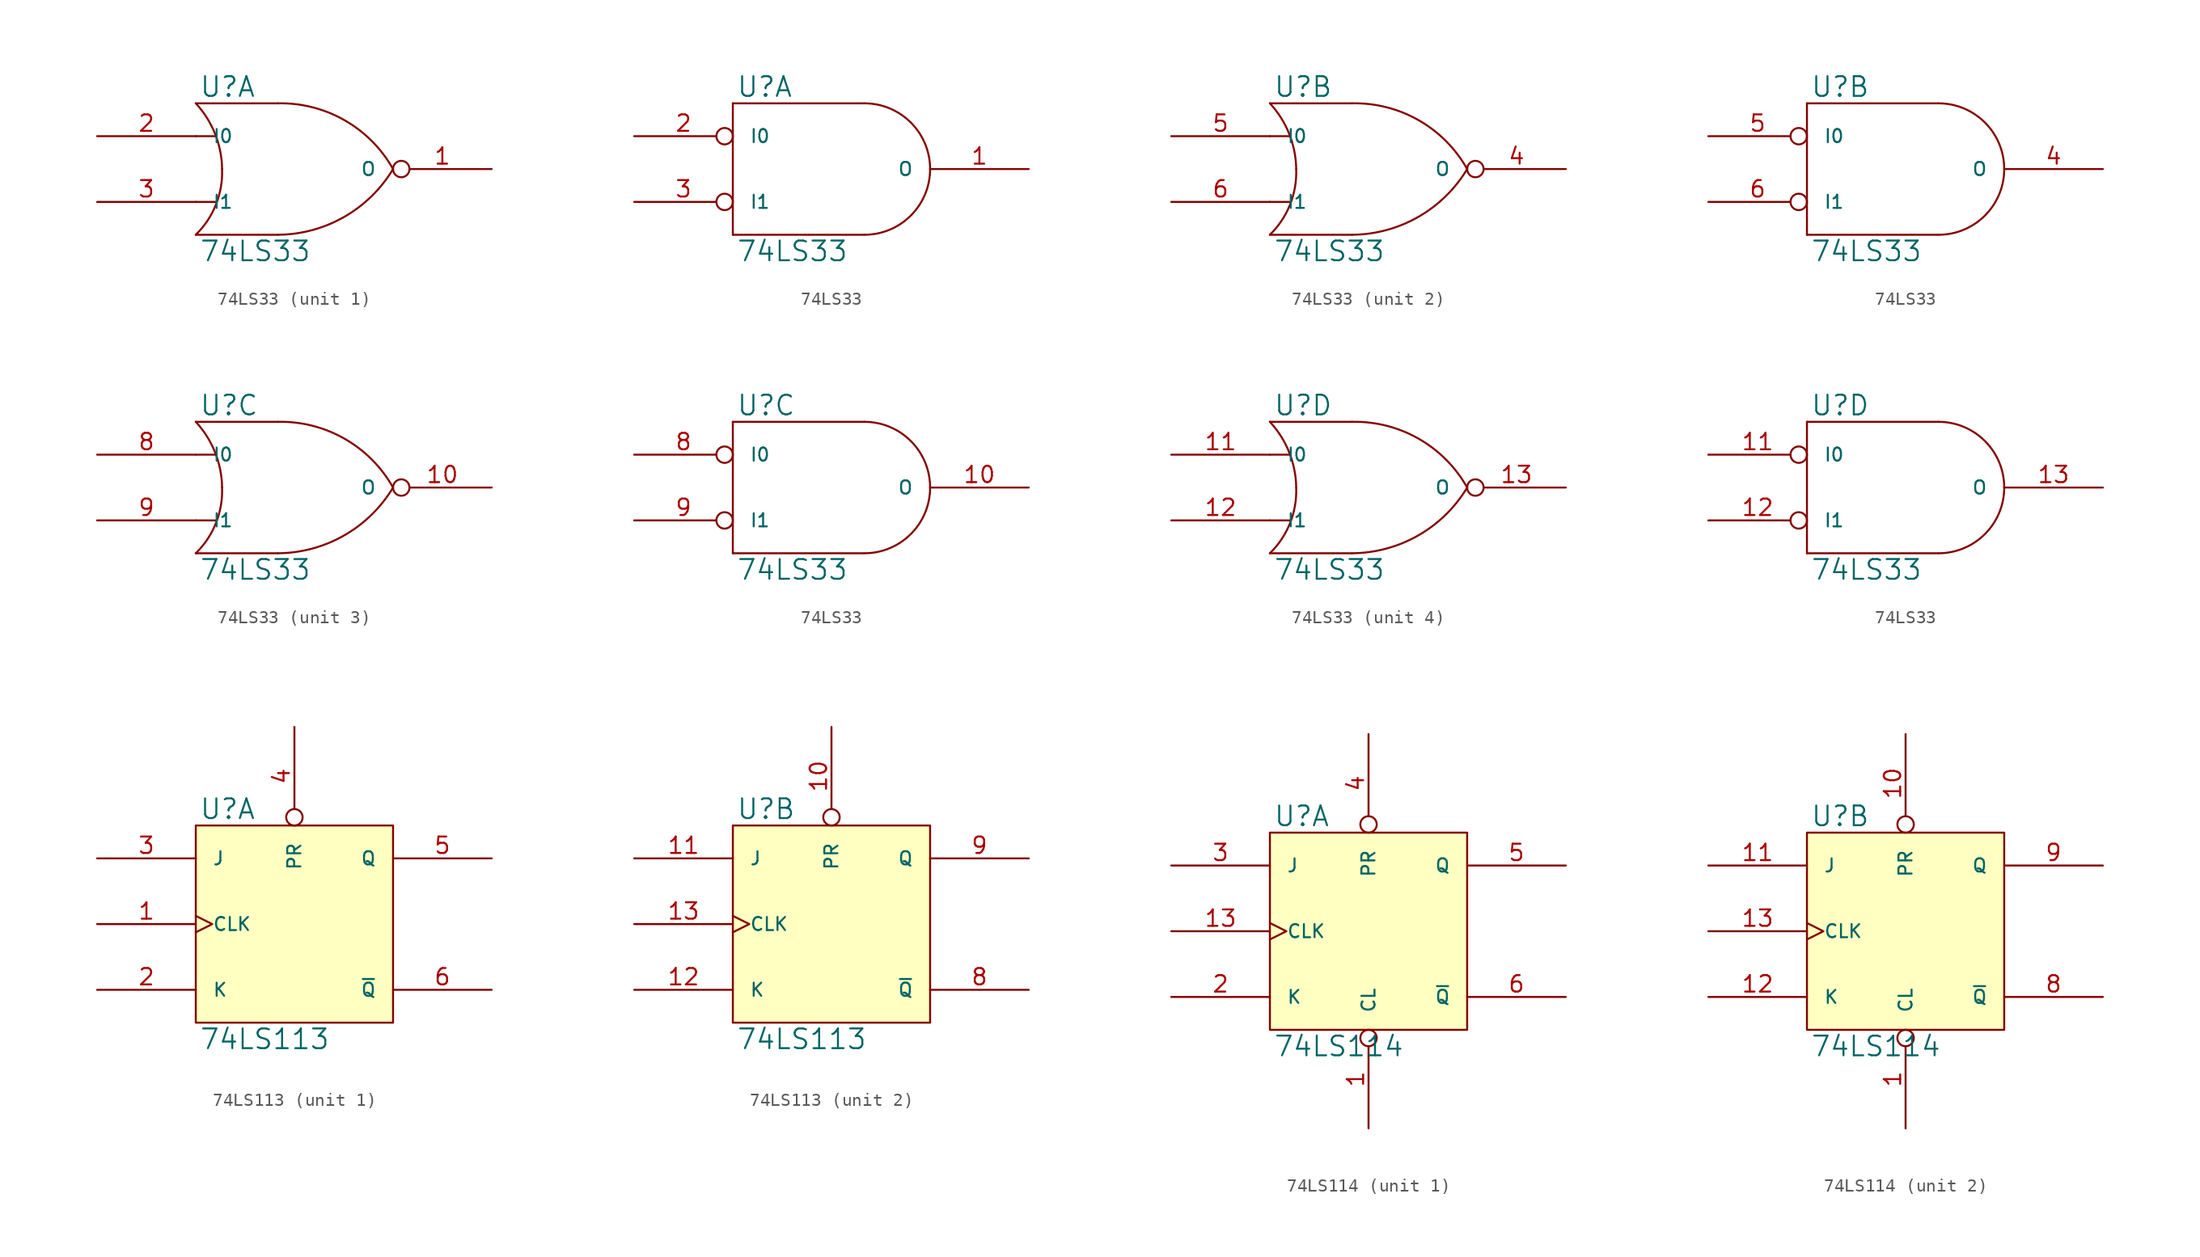
<source format=kicad_sym>
(kicad_symbol_lib
  (version 20231120)
  (generator "kicad_symbol_editor")
  (generator_version "8.0")
  (symbol "74LS33"
    (pin_names
      (offset 1.27))
    (property "Reference" "U"
      (at 0.254 0.381 0)
      (effects (font (size 1.524 1.524)) (justify left bottom)))
    (property "Value" "74LS33"
      (at 0.254 -10.541 0)
      (effects (font (size 1.524 1.524)) (justify left top)))
    (symbol "74LS33_0_1"
      (arc (start 0 -10.16) (mid 1.5573 -7.8293) (end 2.032 -5.08) (stroke (width 0) (type solid)) (fill (type none)))
      (polyline (pts (xy 0 -7.62) (xy 1.524 -7.62)) (stroke (width 0) (type solid)) (fill (type none)))
      (polyline (pts (xy 0 -2.54) (xy 1.524 -2.54)) (stroke (width 0) (type solid)) (fill (type none)))
      (polyline (pts (xy 6.35 -10.16) (xy 0 -10.16)) (stroke (width 0) (type solid)) (fill (type none)))
      (polyline (pts (xy 6.35 0) (xy 0 0)) (stroke (width 0) (type solid)) (fill (type none)))
      (arc (start 2.032 -5.08) (mid 1.4906 -2.3584) (end 0 0) (stroke (width 0) (type solid)) (fill (type none)))
      (arc (start 6.35 -10.16) (mid 11.4496 -8.7875) (end 15.24 -5.08) (stroke (width 0) (type solid)) (fill (type none)))
      (arc (start 15.24 -5.08) (mid 11.4893 -1.3041) (end 6.35 0) (stroke (width 0) (type solid)) (fill (type none))))
    (symbol "74LS33_0_2"
      (polyline (pts (xy 0 -10.16) (xy 10.16 -10.16)) (stroke (width 0) (type solid)) (fill (type none)))
      (polyline (pts (xy 0 0) (xy 0 -10.16)) (stroke (width 0) (type solid)) (fill (type none)))
      (polyline (pts (xy 10.16 0) (xy 0 0)) (stroke (width 0) (type solid)) (fill (type none)))
      (arc (start 10.16 -10.16) (mid 13.7521 -8.6721) (end 15.24 -5.08) (stroke (width 0) (type solid)) (fill (type none)))
      (arc (start 15.24 -5.08) (mid 13.7521 -1.4879) (end 10.16 0) (stroke (width 0) (type solid)) (fill (type none))))
    (symbol "74LS33_1_1"
      (pin output inverted (at 22.86 -5.08 180) (length 7.62) (name "O" (effects (font (size 1.016 1.016)))) (number "1" (effects (font (size 1.27 1.27)))))
      (pin power_in line (at 0 0 270) (length 0) hide (name "VCC" (effects (font (size 1.016 1.016)))) (number "14" (effects (font (size 1.27 1.27)))))
      (pin input line (at -7.62 -2.54 0) (length 7.62) (name "I0" (effects (font (size 1.016 1.016)))) (number "2" (effects (font (size 1.27 1.27)))))
      (pin input line (at -7.62 -7.62 0) (length 7.62) (name "I1" (effects (font (size 1.016 1.016)))) (number "3" (effects (font (size 1.27 1.27)))))
      (pin power_in line (at 0 -10.16 90) (length 0) hide (name "GND" (effects (font (size 1.016 1.016)))) (number "7" (effects (font (size 1.27 1.27))))))
    (symbol "74LS33_1_2"
      (pin output line (at 22.86 -5.08 180) (length 7.62) (name "O" (effects (font (size 1.016 1.016)))) (number "1" (effects (font (size 1.27 1.27)))))
      (pin power_in line (at 0 0 270) (length 0) hide (name "VCC" (effects (font (size 1.016 1.016)))) (number "14" (effects (font (size 1.27 1.27)))))
      (pin input inverted (at -7.62 -2.54 0) (length 7.62) (name "I0" (effects (font (size 1.016 1.016)))) (number "2" (effects (font (size 1.27 1.27)))))
      (pin input inverted (at -7.62 -7.62 0) (length 7.62) (name "I1" (effects (font (size 1.016 1.016)))) (number "3" (effects (font (size 1.27 1.27)))))
      (pin power_in line (at 0 -10.16 90) (length 0) hide (name "GND" (effects (font (size 1.016 1.016)))) (number "7" (effects (font (size 1.27 1.27))))))
    (symbol "74LS33_2_1"
      (pin power_in line (at 0 0 270) (length 0) hide (name "VCC" (effects (font (size 1.016 1.016)))) (number "14" (effects (font (size 1.27 1.27)))))
      (pin output inverted (at 22.86 -5.08 180) (length 7.62) (name "O" (effects (font (size 1.016 1.016)))) (number "4" (effects (font (size 1.27 1.27)))))
      (pin input line (at -7.62 -2.54 0) (length 7.62) (name "I0" (effects (font (size 1.016 1.016)))) (number "5" (effects (font (size 1.27 1.27)))))
      (pin input line (at -7.62 -7.62 0) (length 7.62) (name "I1" (effects (font (size 1.016 1.016)))) (number "6" (effects (font (size 1.27 1.27)))))
      (pin power_in line (at 0 -10.16 90) (length 0) hide (name "GND" (effects (font (size 1.016 1.016)))) (number "7" (effects (font (size 1.27 1.27))))))
    (symbol "74LS33_2_2"
      (pin power_in line (at 0 0 270) (length 0) hide (name "VCC" (effects (font (size 1.016 1.016)))) (number "14" (effects (font (size 1.27 1.27)))))
      (pin output line (at 22.86 -5.08 180) (length 7.62) (name "O" (effects (font (size 1.016 1.016)))) (number "4" (effects (font (size 1.27 1.27)))))
      (pin input inverted (at -7.62 -2.54 0) (length 7.62) (name "I0" (effects (font (size 1.016 1.016)))) (number "5" (effects (font (size 1.27 1.27)))))
      (pin input inverted (at -7.62 -7.62 0) (length 7.62) (name "I1" (effects (font (size 1.016 1.016)))) (number "6" (effects (font (size 1.27 1.27)))))
      (pin power_in line (at 0 -10.16 90) (length 0) hide (name "GND" (effects (font (size 1.016 1.016)))) (number "7" (effects (font (size 1.27 1.27))))))
    (symbol "74LS33_3_1"
      (pin output inverted (at 22.86 -5.08 180) (length 7.62) (name "O" (effects (font (size 1.016 1.016)))) (number "10" (effects (font (size 1.27 1.27)))))
      (pin power_in line (at 0 0 270) (length 0) hide (name "VCC" (effects (font (size 1.016 1.016)))) (number "14" (effects (font (size 1.27 1.27)))))
      (pin power_in line (at 0 -10.16 90) (length 0) hide (name "GND" (effects (font (size 1.016 1.016)))) (number "7" (effects (font (size 1.27 1.27)))))
      (pin input line (at -7.62 -2.54 0) (length 7.62) (name "I0" (effects (font (size 1.016 1.016)))) (number "8" (effects (font (size 1.27 1.27)))))
      (pin input line (at -7.62 -7.62 0) (length 7.62) (name "I1" (effects (font (size 1.016 1.016)))) (number "9" (effects (font (size 1.27 1.27))))))
    (symbol "74LS33_3_2"
      (pin output line (at 22.86 -5.08 180) (length 7.62) (name "O" (effects (font (size 1.016 1.016)))) (number "10" (effects (font (size 1.27 1.27)))))
      (pin power_in line (at 0 0 270) (length 0) hide (name "VCC" (effects (font (size 1.016 1.016)))) (number "14" (effects (font (size 1.27 1.27)))))
      (pin power_in line (at 0 -10.16 90) (length 0) hide (name "GND" (effects (font (size 1.016 1.016)))) (number "7" (effects (font (size 1.27 1.27)))))
      (pin input inverted (at -7.62 -2.54 0) (length 7.62) (name "I0" (effects (font (size 1.016 1.016)))) (number "8" (effects (font (size 1.27 1.27)))))
      (pin input inverted (at -7.62 -7.62 0) (length 7.62) (name "I1" (effects (font (size 1.016 1.016)))) (number "9" (effects (font (size 1.27 1.27))))))
    (symbol "74LS33_4_1"
      (pin input line (at -7.62 -2.54 0) (length 7.62) (name "I0" (effects (font (size 1.016 1.016)))) (number "11" (effects (font (size 1.27 1.27)))))
      (pin input line (at -7.62 -7.62 0) (length 7.62) (name "I1" (effects (font (size 1.016 1.016)))) (number "12" (effects (font (size 1.27 1.27)))))
      (pin output inverted (at 22.86 -5.08 180) (length 7.62) (name "O" (effects (font (size 1.016 1.016)))) (number "13" (effects (font (size 1.27 1.27)))))
      (pin power_in line (at 0 0 270) (length 0) hide (name "VCC" (effects (font (size 1.016 1.016)))) (number "14" (effects (font (size 1.27 1.27)))))
      (pin power_in line (at 0 -10.16 90) (length 0) hide (name "GND" (effects (font (size 1.016 1.016)))) (number "7" (effects (font (size 1.27 1.27))))))
    (symbol "74LS33_4_2"
      (pin input inverted (at -7.62 -2.54 0) (length 7.62) (name "I0" (effects (font (size 1.016 1.016)))) (number "11" (effects (font (size 1.27 1.27)))))
      (pin input inverted (at -7.62 -7.62 0) (length 7.62) (name "I1" (effects (font (size 1.016 1.016)))) (number "12" (effects (font (size 1.27 1.27)))))
      (pin output line (at 22.86 -5.08 180) (length 7.62) (name "O" (effects (font (size 1.016 1.016)))) (number "13" (effects (font (size 1.27 1.27)))))
      (pin power_in line (at 0 0 270) (length 0) hide (name "VCC" (effects (font (size 1.016 1.016)))) (number "14" (effects (font (size 1.27 1.27)))))
      (pin power_in line (at 0 -10.16 90) (length 0) hide (name "GND" (effects (font (size 1.016 1.016)))) (number "7" (effects (font (size 1.27 1.27)))))))
  (symbol "74LS113"
    (pin_names
      (offset 1.27))
    (property "Reference" "U"
      (at 0.254 0.381 0)
      (effects (font (size 1.524 1.524)) (justify left bottom)))
    (property "Value" "74LS113"
      (at 0.254 -15.621 0)
      (effects (font (size 1.524 1.524)) (justify left top)))
    (symbol "74LS113_0_1"
      (rectangle (start 0 0) (end 15.24 -15.24) (stroke (width 0) (type solid)) (fill (type background))))
    (symbol "74LS113_1_1"
      (pin input clock (at -7.62 -7.62 0) (length 7.62) (name "CLK" (effects (font (size 1.016 1.016)))) (number "1" (effects (font (size 1.27 1.27)))))
      (pin power_in line (at 0 0 270) (length 0) hide (name "VCC" (effects (font (size 1.016 1.016)))) (number "14" (effects (font (size 1.27 1.27)))))
      (pin input line (at -7.62 -12.7 0) (length 7.62) (name "K" (effects (font (size 1.016 1.016)))) (number "2" (effects (font (size 1.27 1.27)))))
      (pin input line (at -7.62 -2.54 0) (length 7.62) (name "J" (effects (font (size 1.016 1.016)))) (number "3" (effects (font (size 1.27 1.27)))))
      (pin input inverted (at 7.62 7.62 270) (length 7.62) (name "PR" (effects (font (size 1.016 1.016)))) (number "4" (effects (font (size 1.27 1.27)))))
      (pin output line (at 22.86 -2.54 180) (length 7.62) (name "Q" (effects (font (size 1.016 1.016)))) (number "5" (effects (font (size 1.27 1.27)))))
      (pin output line (at 22.86 -12.7 180) (length 7.62) (name "~{Q}" (effects (font (size 1.016 1.016)))) (number "6" (effects (font (size 1.27 1.27)))))
      (pin power_in line (at 0 -15.24 90) (length 0) hide (name "GND" (effects (font (size 1.016 1.016)))) (number "7" (effects (font (size 1.27 1.27))))))
    (symbol "74LS113_2_1"
      (pin input inverted (at 7.62 7.62 270) (length 7.62) (name "PR" (effects (font (size 1.016 1.016)))) (number "10" (effects (font (size 1.27 1.27)))))
      (pin input line (at -7.62 -2.54 0) (length 7.62) (name "J" (effects (font (size 1.016 1.016)))) (number "11" (effects (font (size 1.27 1.27)))))
      (pin input line (at -7.62 -12.7 0) (length 7.62) (name "K" (effects (font (size 1.016 1.016)))) (number "12" (effects (font (size 1.27 1.27)))))
      (pin input clock (at -7.62 -7.62 0) (length 7.62) (name "CLK" (effects (font (size 1.016 1.016)))) (number "13" (effects (font (size 1.27 1.27)))))
      (pin power_in line (at 0 0 270) (length 0) hide (name "VCC" (effects (font (size 1.016 1.016)))) (number "14" (effects (font (size 1.27 1.27)))))
      (pin power_in line (at 0 -15.24 90) (length 0) hide (name "GND" (effects (font (size 1.016 1.016)))) (number "7" (effects (font (size 1.27 1.27)))))
      (pin output line (at 22.86 -12.7 180) (length 7.62) (name "~{Q}" (effects (font (size 1.016 1.016)))) (number "8" (effects (font (size 1.27 1.27)))))
      (pin output line (at 22.86 -2.54 180) (length 7.62) (name "Q" (effects (font (size 1.016 1.016)))) (number "9" (effects (font (size 1.27 1.27)))))))
  (symbol "74LS114"
    (pin_names
      (offset 1.27))
    (property "Reference" "U"
      (at 0.254 0.381 0)
      (effects (font (size 1.524 1.524)) (justify left bottom)))
    (property "Value" "74LS114"
      (at 0.254 -15.621 0)
      (effects (font (size 1.524 1.524)) (justify left top)))
    (symbol "74LS114_0_1"
      (rectangle (start 0 0) (end 15.24 -15.24) (stroke (width 0) (type solid)) (fill (type background))))
    (symbol "74LS114_1_1"
      (pin input inverted (at 7.62 -22.86 90) (length 7.62) (name "CL" (effects (font (size 1.016 1.016)))) (number "1" (effects (font (size 1.27 1.27)))))
      (pin input clock (at -7.62 -7.62 0) (length 7.62) (name "CLK" (effects (font (size 1.016 1.016)))) (number "13" (effects (font (size 1.27 1.27)))))
      (pin power_in line (at 0 0 270) (length 0) hide (name "VCC" (effects (font (size 1.016 1.016)))) (number "14" (effects (font (size 1.27 1.27)))))
      (pin input line (at -7.62 -12.7 0) (length 7.62) (name "K" (effects (font (size 1.016 1.016)))) (number "2" (effects (font (size 1.27 1.27)))))
      (pin input line (at -7.62 -2.54 0) (length 7.62) (name "J" (effects (font (size 1.016 1.016)))) (number "3" (effects (font (size 1.27 1.27)))))
      (pin input inverted (at 7.62 7.62 270) (length 7.62) (name "PR" (effects (font (size 1.016 1.016)))) (number "4" (effects (font (size 1.27 1.27)))))
      (pin output line (at 22.86 -2.54 180) (length 7.62) (name "Q" (effects (font (size 1.016 1.016)))) (number "5" (effects (font (size 1.27 1.27)))))
      (pin output line (at 22.86 -12.7 180) (length 7.62) (name "~{Q}" (effects (font (size 1.016 1.016)))) (number "6" (effects (font (size 1.27 1.27)))))
      (pin power_in line (at 0 -15.24 90) (length 0) hide (name "GND" (effects (font (size 1.016 1.016)))) (number "7" (effects (font (size 1.27 1.27))))))
    (symbol "74LS114_2_1"
      (pin input inverted (at 7.62 -22.86 90) (length 7.62) (name "CL" (effects (font (size 1.016 1.016)))) (number "1" (effects (font (size 1.27 1.27)))))
      (pin input inverted (at 7.62 7.62 270) (length 7.62) (name "PR" (effects (font (size 1.016 1.016)))) (number "10" (effects (font (size 1.27 1.27)))))
      (pin input line (at -7.62 -2.54 0) (length 7.62) (name "J" (effects (font (size 1.016 1.016)))) (number "11" (effects (font (size 1.27 1.27)))))
      (pin input line (at -7.62 -12.7 0) (length 7.62) (name "K" (effects (font (size 1.016 1.016)))) (number "12" (effects (font (size 1.27 1.27)))))
      (pin input clock (at -7.62 -7.62 0) (length 7.62) (name "CLK" (effects (font (size 1.016 1.016)))) (number "13" (effects (font (size 1.27 1.27)))))
      (pin power_in line (at 0 0 270) (length 0) hide (name "VCC" (effects (font (size 1.016 1.016)))) (number "14" (effects (font (size 1.27 1.27)))))
      (pin power_in line (at 0 -15.24 90) (length 0) hide (name "GND" (effects (font (size 1.016 1.016)))) (number "7" (effects (font (size 1.27 1.27)))))
      (pin output line (at 22.86 -12.7 180) (length 7.62) (name "~{Q}" (effects (font (size 1.016 1.016)))) (number "8" (effects (font (size 1.27 1.27)))))
      (pin output line (at 22.86 -2.54 180) (length 7.62) (name "Q" (effects (font (size 1.016 1.016)))) (number "9" (effects (font (size 1.27 1.27))))))))
</source>
